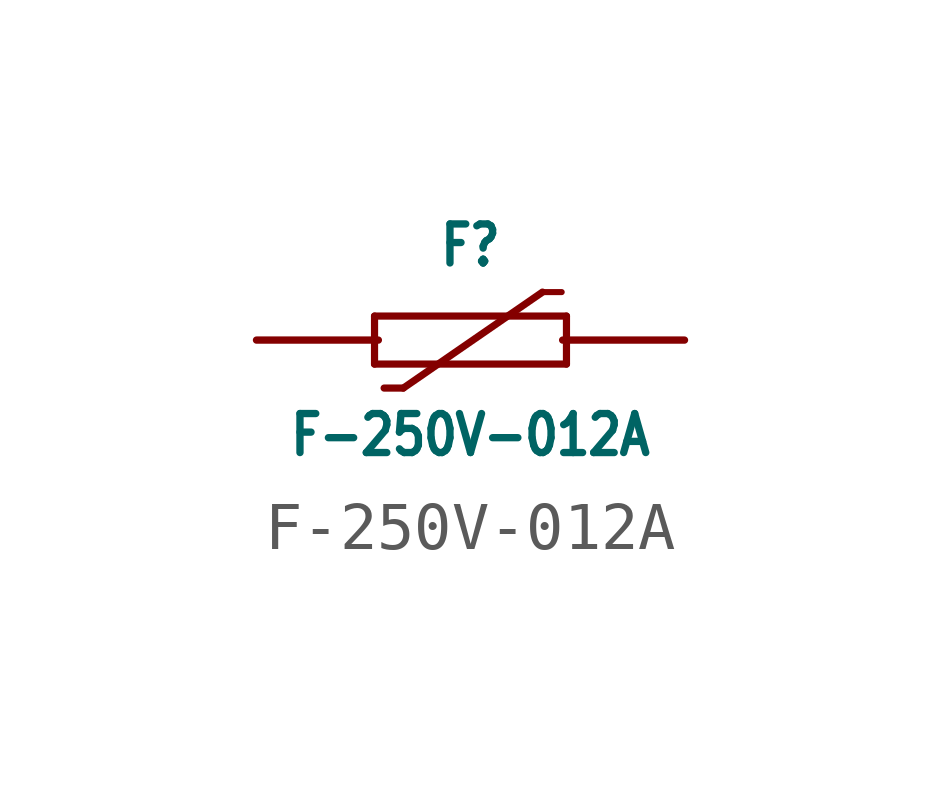
<source format=kicad_sym>
(kicad_symbol_lib
  (version 20211014)
  (generator kicad_symbol_editor)
  (symbol "F-250V-012A"
    (property "Reference" "F"
      (at 0 1.5 0)
      (effects (font (size 0.813 0.691)) (justify bottom)))
    (property "Value" "F-250V-012A"
      (at 0 -1.5 0)
      (effects (font (size 0.813 0.691)) (justify top)))
    (property "ki_locked" ""
      (at 0 0 0)
      (effects (font (size 1.27 1.27))))
    (symbol "F-250V-012A_1_0"
      (polyline (pts (xy -2 -0.5) (xy -2 0.5)) (stroke (width 0.15) (type default) (color 0 0 0 0)) (fill (type none)))
      (polyline (pts (xy -2 0.5) (xy 2 0.5)) (stroke (width 0.15) (type default) (color 0 0 0 0)) (fill (type none)))
      (polyline (pts (xy -1.4 -1) (xy -1.8 -1)) (stroke (width 0.15) (type default) (color 0 0 0 0)) (fill (type none)))
      (polyline (pts (xy -1.4 -1) (xy 1.5 1)) (stroke (width 0.15) (type default) (color 0 0 0 0)) (fill (type none)))
      (polyline (pts (xy 1.5 1) (xy 1.9 1)) (stroke (width 0.127) (type default) (color 0 0 0 0)) (fill (type none)))
      (polyline (pts (xy 2 -0.5) (xy -2 -0.5)) (stroke (width 0.15) (type default) (color 0 0 0 0)) (fill (type none)))
      (polyline (pts (xy 2 0.5) (xy 2 -0.5)) (stroke (width 0.15) (type default) (color 0 0 0 0)) (fill (type none)))
      (pin bidirectional line (at -4.46 0 0) (length 2.54) (name "P$1" (effects (font (size 0 0)))) (number "P$1" (effects (font (size 0 0)))))
      (pin bidirectional line (at 4.46 0 180) (length 2.54) (name "P$2" (effects (font (size 0 0)))) (number "P$2" (effects (font (size 0 0))))))))
</source>
